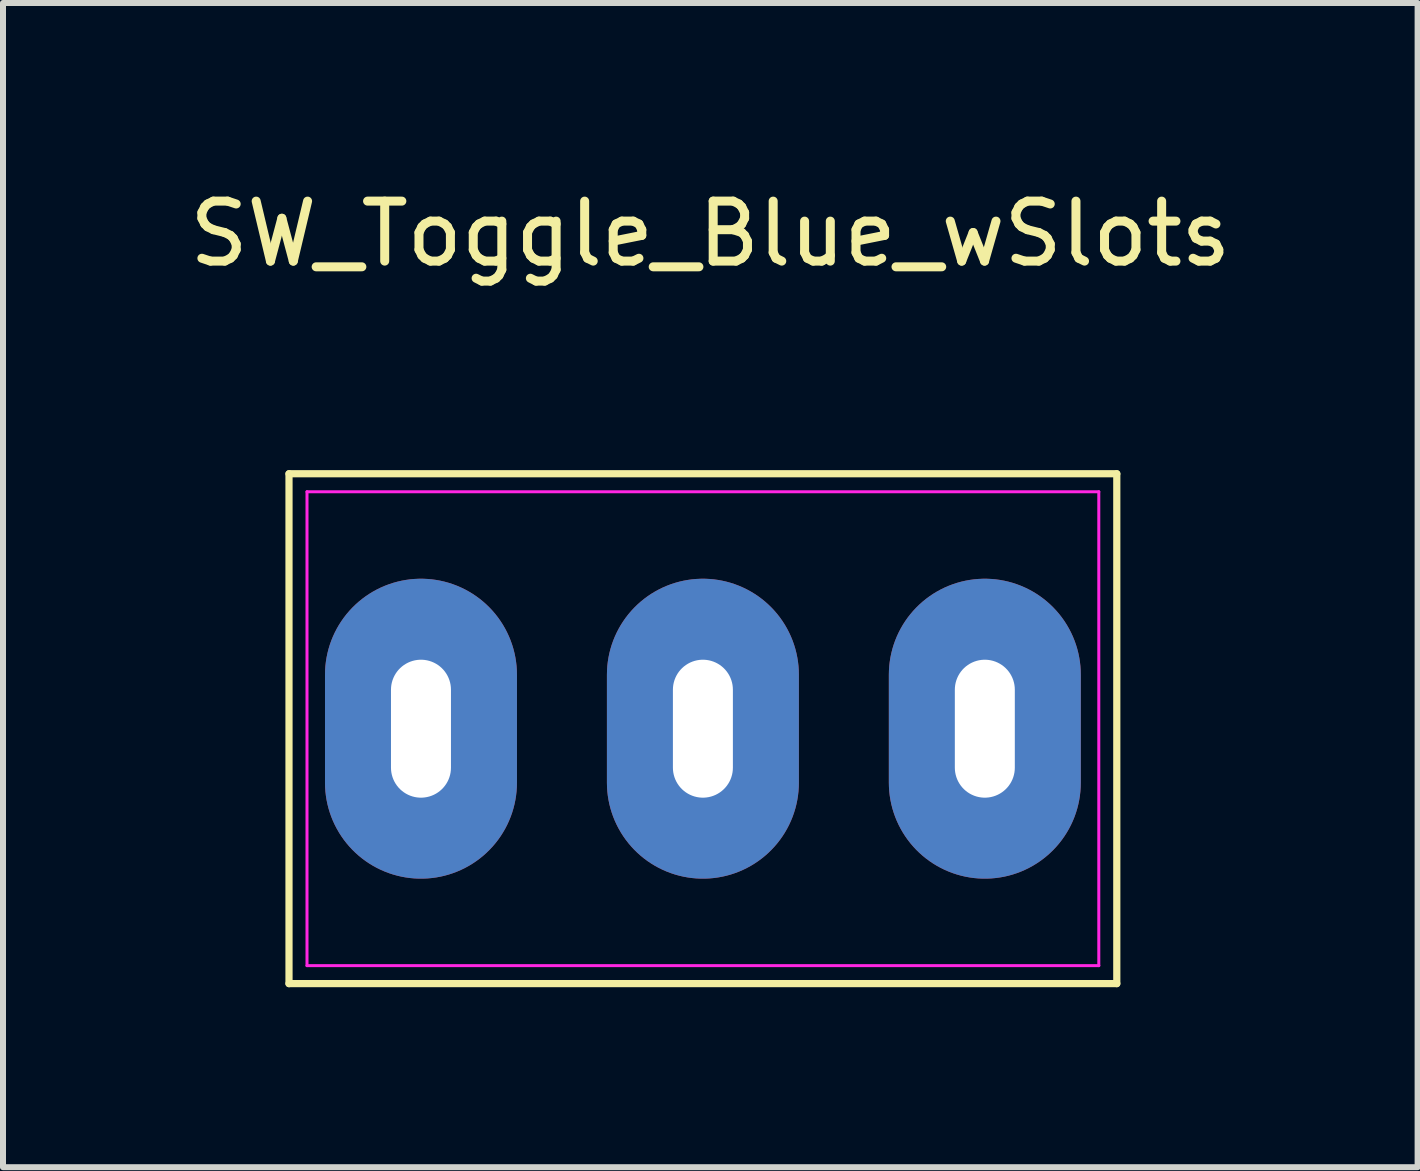
<source format=kicad_pcb>
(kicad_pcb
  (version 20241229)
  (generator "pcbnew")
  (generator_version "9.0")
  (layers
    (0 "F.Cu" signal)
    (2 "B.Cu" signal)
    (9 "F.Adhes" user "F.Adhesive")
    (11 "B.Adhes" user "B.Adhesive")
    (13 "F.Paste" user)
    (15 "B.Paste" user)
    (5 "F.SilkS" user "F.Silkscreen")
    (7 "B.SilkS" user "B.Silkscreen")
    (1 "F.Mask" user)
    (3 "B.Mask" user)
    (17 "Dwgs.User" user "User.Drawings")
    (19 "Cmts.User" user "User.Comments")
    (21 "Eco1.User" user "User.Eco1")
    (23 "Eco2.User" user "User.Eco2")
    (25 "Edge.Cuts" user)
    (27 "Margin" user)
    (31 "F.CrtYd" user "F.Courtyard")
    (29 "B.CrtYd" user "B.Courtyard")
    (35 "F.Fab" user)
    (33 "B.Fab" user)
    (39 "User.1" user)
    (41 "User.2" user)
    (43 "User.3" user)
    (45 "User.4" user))
  (footprint "SW_Toggle_Blue_wSlots"
    (layer "F.Cu")
    (at 8.668 9.098)
    (property "Reference" "SW_Toggle_Blue_wSlots" (at 0.124 -8.25 0) (layer "F.SilkS") (effects (font (size 1 1) (thickness 0.15))))
    (attr through_hole)
    (fp_line (start -6.9 -4.25) (end 6.9 -4.25) (stroke (width 0.12) (type solid)) (layer "F.SilkS"))
    (fp_line (start -6.9 4.25) (end -6.9 -4.25) (stroke (width 0.12) (type solid)) (layer "F.SilkS"))
    (fp_line (start 6.9 -4.25) (end 6.9 4.25) (stroke (width 0.12) (type solid)) (layer "F.SilkS"))
    (fp_line (start 6.9 4.25) (end -6.9 4.25) (stroke (width 0.12) (type solid)) (layer "F.SilkS"))
    (fp_line (start -6.6 -3.95) (end 6.6 -3.95) (stroke (width 0.05) (type solid)) (layer "F.CrtYd"))
    (fp_line (start -6.6 3.95) (end -6.6 -3.95) (stroke (width 0.05) (type solid)) (layer "F.CrtYd"))
    (fp_line (start 6.6 -3.95) (end 6.6 3.95) (stroke (width 0.05) (type solid)) (layer "F.CrtYd"))
    (fp_line (start 6.6 3.95) (end -6.6 3.95) (stroke (width 0.05) (type solid)) (layer "F.CrtYd"))
    (pad "1" thru_hole oval (at -4.7 0) (size 3.2 5) (drill oval 1 2.3) (layers "*.Cu" "*.Mask"))
    (pad "2" thru_hole oval (at 0 0) (size 3.2 5) (drill oval 1 2.3) (layers "*.Cu" "*.Mask"))
    (pad "3" thru_hole oval (at 4.7 0) (size 3.2 5) (drill oval 1 2.3) (layers "*.Cu" "*.Mask")))
  (gr_rect
    (start -3 -3)
    (end 20.583 16.408)
    (stroke (width 0.1) (type default))
    (fill no)
    (layer "Edge.Cuts")))
</source>
